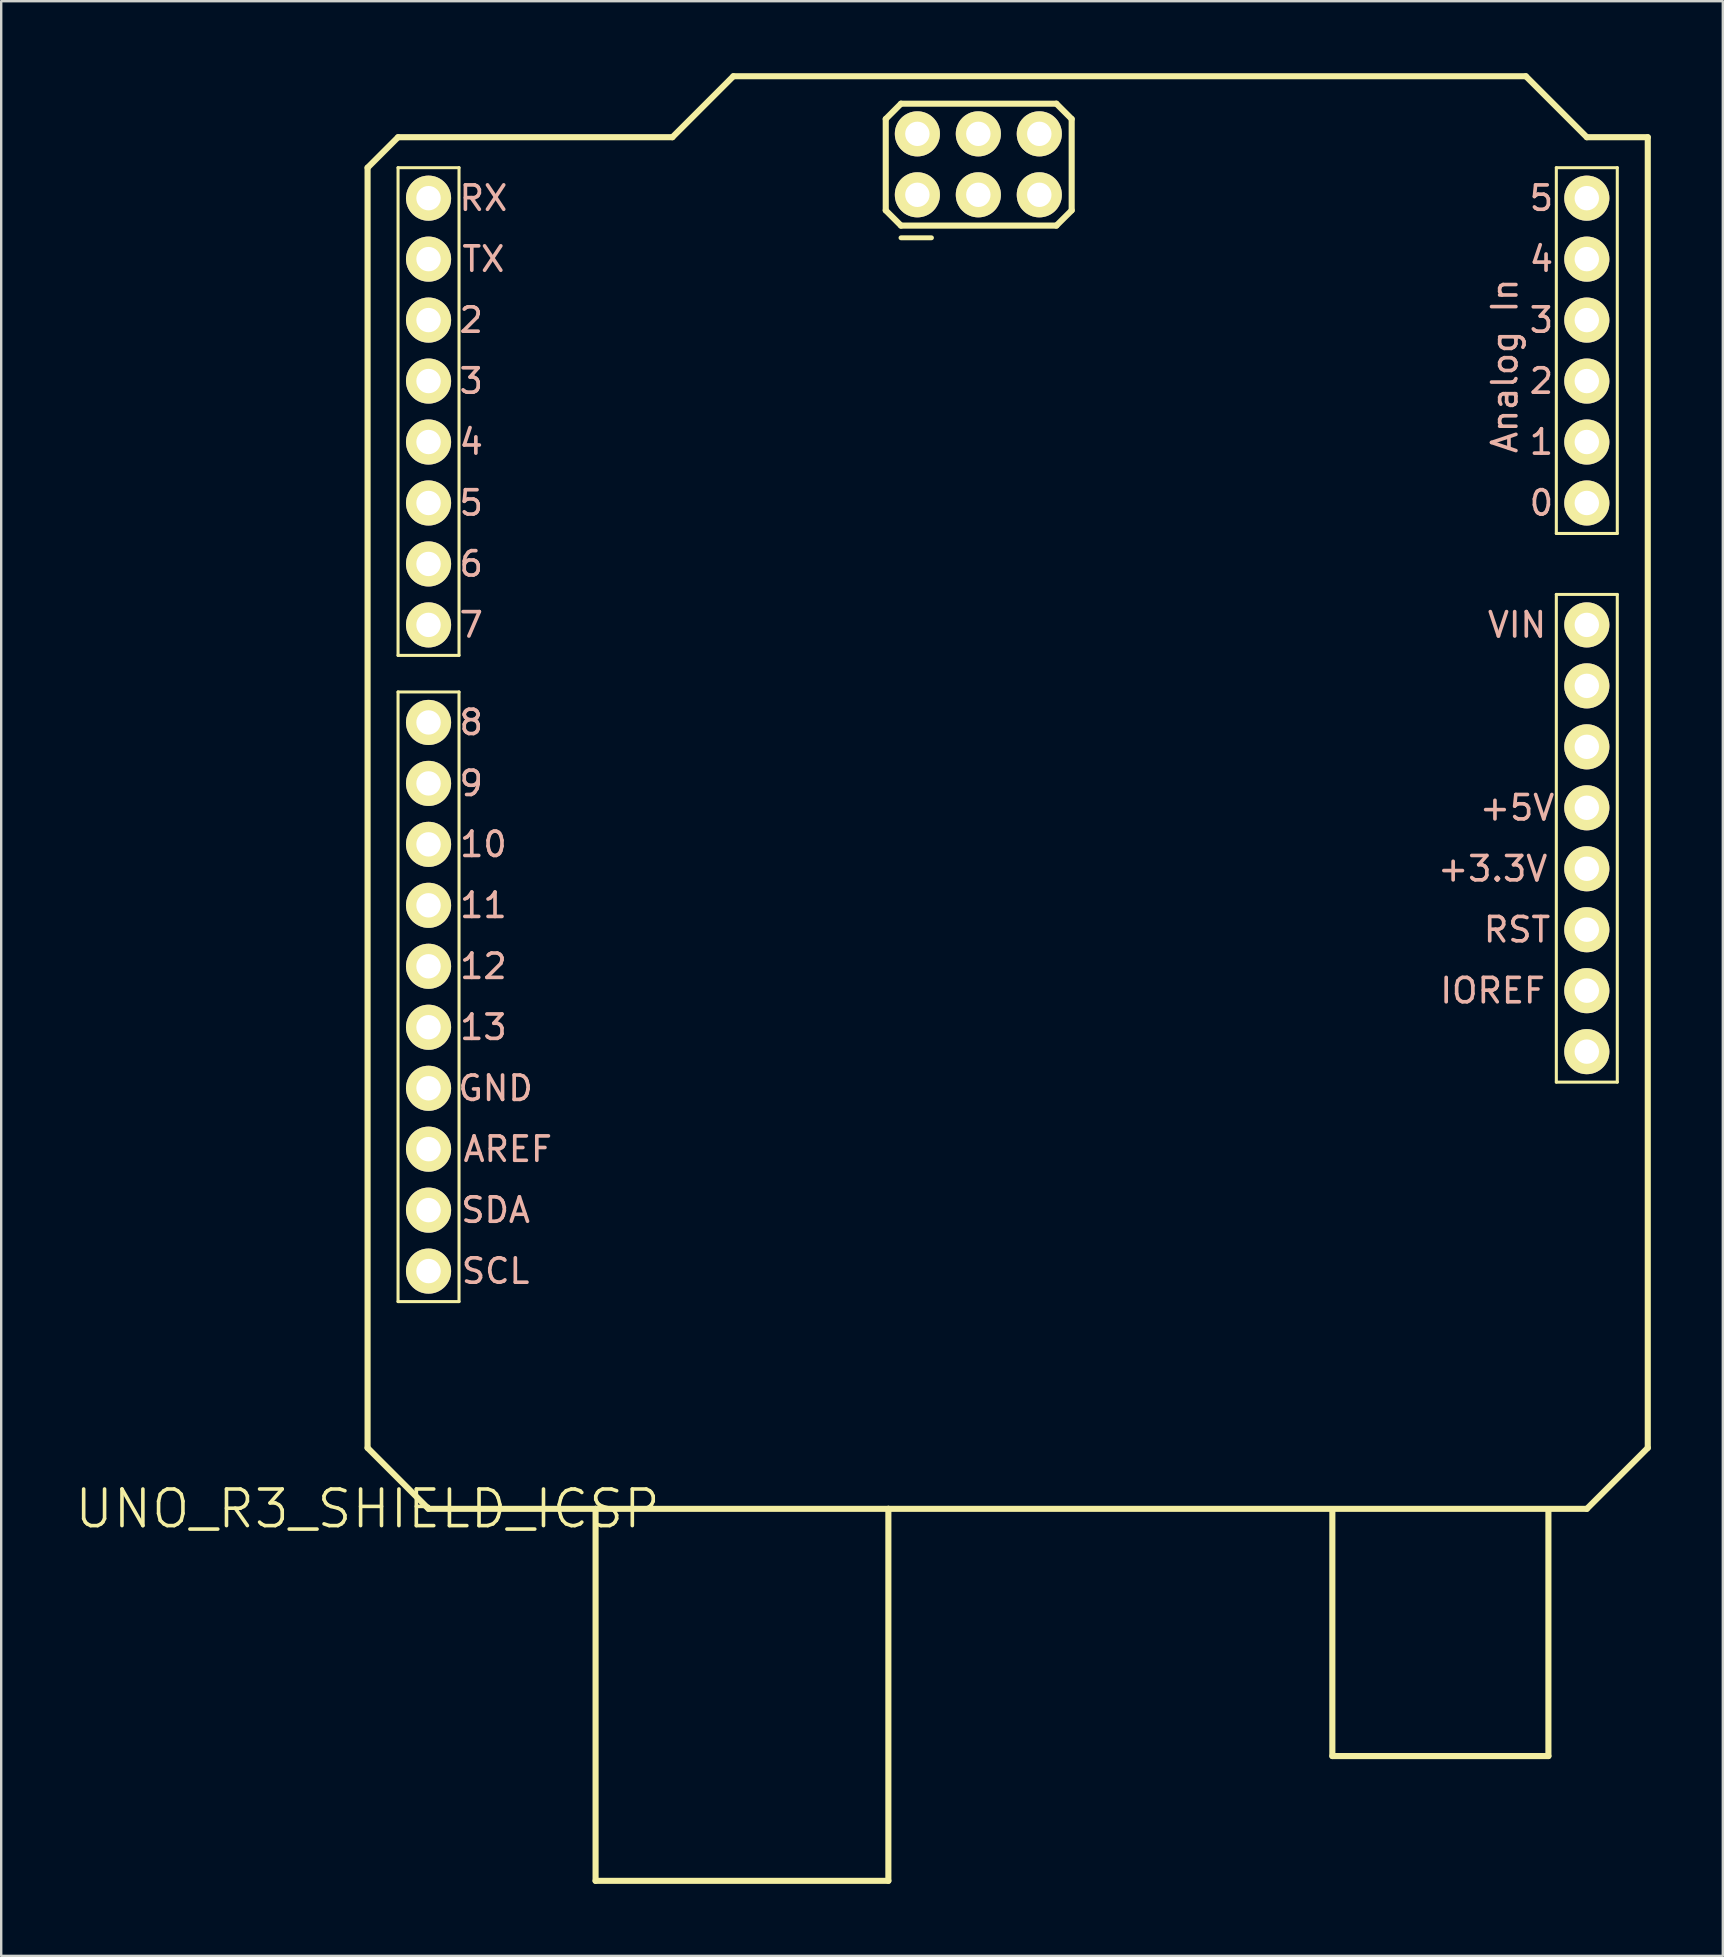
<source format=kicad_pcb>
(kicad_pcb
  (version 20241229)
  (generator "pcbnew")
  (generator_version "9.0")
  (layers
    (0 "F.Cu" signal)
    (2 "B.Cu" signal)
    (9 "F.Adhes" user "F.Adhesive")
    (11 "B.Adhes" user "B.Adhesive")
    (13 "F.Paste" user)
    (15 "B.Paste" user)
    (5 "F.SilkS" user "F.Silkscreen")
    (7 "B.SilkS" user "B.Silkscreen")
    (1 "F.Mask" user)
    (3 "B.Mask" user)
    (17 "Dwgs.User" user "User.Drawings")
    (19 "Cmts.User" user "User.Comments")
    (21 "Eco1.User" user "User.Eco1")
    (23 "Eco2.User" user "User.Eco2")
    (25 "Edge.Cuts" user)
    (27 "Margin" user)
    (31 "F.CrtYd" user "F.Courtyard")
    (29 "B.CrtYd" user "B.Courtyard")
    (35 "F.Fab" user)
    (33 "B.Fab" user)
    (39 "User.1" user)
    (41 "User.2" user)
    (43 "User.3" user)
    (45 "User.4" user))
  (footprint "UNO_R3_SHIELD_ICSP"
    (layer "F.Cu")
    (at 12.265 59.817)
    (property "Reference" "UNO_R3_SHIELD_ICSP" (at 0 0 0) (layer "F.SilkS") (effects (font (size 1.524 1.524) (thickness 0.15))))
    (attr exclude_from_pos_files exclude_from_bom)
    (fp_line (start 0 -55.88) (end 0 -2.54) (stroke (width 0.254) (type solid)) (layer "F.SilkS"))
    (fp_line (start 0 -2.54) (end 2.54 0) (stroke (width 0.254) (type solid)) (layer "F.SilkS"))
    (fp_line (start 1.27 -57.15) (end 0 -55.88) (stroke (width 0.254) (type solid)) (layer "F.SilkS"))
    (fp_line (start 1.27 -55.88) (end 3.81 -55.88) (stroke (width 0.127) (type solid)) (layer "F.SilkS"))
    (fp_line (start 1.27 -35.56) (end 1.27 -55.88) (stroke (width 0.127) (type solid)) (layer "F.SilkS"))
    (fp_line (start 1.27 -34.036) (end 3.81 -34.036) (stroke (width 0.127) (type solid)) (layer "F.SilkS"))
    (fp_line (start 1.27 -8.636) (end 1.27 -34.036) (stroke (width 0.127) (type solid)) (layer "F.SilkS"))
    (fp_line (start 2.54 0) (end 9.5 0) (stroke (width 0.254) (type solid)) (layer "F.SilkS"))
    (fp_line (start 3.81 -55.88) (end 3.81 -35.56) (stroke (width 0.127) (type solid)) (layer "F.SilkS"))
    (fp_line (start 3.81 -35.56) (end 1.27 -35.56) (stroke (width 0.127) (type solid)) (layer "F.SilkS"))
    (fp_line (start 3.81 -34.036) (end 3.81 -8.636) (stroke (width 0.127) (type solid)) (layer "F.SilkS"))
    (fp_line (start 3.81 -8.636) (end 1.27 -8.636) (stroke (width 0.127) (type solid)) (layer "F.SilkS"))
    (fp_line (start 9.5 0) (end 21.699 0) (stroke (width 0.254) (type solid)) (layer "F.SilkS"))
    (fp_line (start 9.5 15.499) (end 9.5 0) (stroke (width 0.254) (type solid)) (layer "F.SilkS"))
    (fp_line (start 9.5 15.499) (end 21.699 15.499) (stroke (width 0.254) (type solid)) (layer "F.SilkS"))
    (fp_line (start 12.7 -57.15) (end 1.27 -57.15) (stroke (width 0.254) (type solid)) (layer "F.SilkS"))
    (fp_line (start 15.24 -59.69) (end 12.7 -57.15) (stroke (width 0.254) (type solid)) (layer "F.SilkS"))
    (fp_line (start 21.59 -57.909) (end 22.225 -58.547) (stroke (width 0.254) (type solid)) (layer "F.SilkS"))
    (fp_line (start 21.59 -54.102) (end 21.59 -57.909) (stroke (width 0.254) (type solid)) (layer "F.SilkS"))
    (fp_line (start 21.699 0) (end 50.8 0) (stroke (width 0.254) (type solid)) (layer "F.SilkS"))
    (fp_line (start 21.699 15.499) (end 21.699 0) (stroke (width 0.254) (type solid)) (layer "F.SilkS"))
    (fp_line (start 22.225 -58.547) (end 28.699 -58.547) (stroke (width 0.254) (type solid)) (layer "F.SilkS"))
    (fp_line (start 22.225 -53.467) (end 21.59 -54.102) (stroke (width 0.254) (type solid)) (layer "F.SilkS"))
    (fp_line (start 23.495 -52.959) (end 22.225 -52.959) (stroke (width 0.203) (type solid)) (layer "F.SilkS"))
    (fp_line (start 28.699 -58.547) (end 29.337 -57.909) (stroke (width 0.254) (type solid)) (layer "F.SilkS"))
    (fp_line (start 28.699 -53.467) (end 22.225 -53.467) (stroke (width 0.254) (type solid)) (layer "F.SilkS"))
    (fp_line (start 29.337 -57.909) (end 29.337 -54.102) (stroke (width 0.254) (type solid)) (layer "F.SilkS"))
    (fp_line (start 29.337 -54.102) (end 28.699 -53.467) (stroke (width 0.254) (type solid)) (layer "F.SilkS"))
    (fp_line (start 40.198 10.3) (end 40.198 0.099) (stroke (width 0.254) (type solid)) (layer "F.SilkS"))
    (fp_line (start 40.198 10.3) (end 49.2 10.3) (stroke (width 0.254) (type solid)) (layer "F.SilkS"))
    (fp_line (start 48.26 -59.69) (end 15.24 -59.69) (stroke (width 0.254) (type solid)) (layer "F.SilkS"))
    (fp_line (start 49.2 10.3) (end 49.2 0.099) (stroke (width 0.254) (type solid)) (layer "F.SilkS"))
    (fp_line (start 49.53 -55.88) (end 52.07 -55.88) (stroke (width 0.127) (type solid)) (layer "F.SilkS"))
    (fp_line (start 49.53 -40.64) (end 49.53 -55.88) (stroke (width 0.127) (type solid)) (layer "F.SilkS"))
    (fp_line (start 49.53 -38.1) (end 49.53 -17.78) (stroke (width 0.127) (type solid)) (layer "F.SilkS"))
    (fp_line (start 49.53 -17.78) (end 52.07 -17.78) (stroke (width 0.127) (type solid)) (layer "F.SilkS"))
    (fp_line (start 50.8 -57.15) (end 48.26 -59.69) (stroke (width 0.254) (type solid)) (layer "F.SilkS"))
    (fp_line (start 50.8 0) (end 53.34 -2.54) (stroke (width 0.254) (type solid)) (layer "F.SilkS"))
    (fp_line (start 52.07 -55.88) (end 52.07 -40.64) (stroke (width 0.127) (type solid)) (layer "F.SilkS"))
    (fp_line (start 52.07 -40.64) (end 49.53 -40.64) (stroke (width 0.127) (type solid)) (layer "F.SilkS"))
    (fp_line (start 52.07 -38.1) (end 49.53 -38.1) (stroke (width 0.127) (type solid)) (layer "F.SilkS"))
    (fp_line (start 52.07 -17.78) (end 52.07 -38.1) (stroke (width 0.127) (type solid)) (layer "F.SilkS"))
    (fp_line (start 53.34 -57.15) (end 50.8 -57.15) (stroke (width 0.254) (type solid)) (layer "F.SilkS"))
    (fp_line (start 53.34 -2.54) (end 53.34 -57.15) (stroke (width 0.254) (type solid)) (layer "F.SilkS"))
    (fp_text user "+3.3V" (at 46.876 -26.67 180) (layer "B.SilkS") (effects (font (size 1.016 1.016) (thickness 0.152))))
    (fp_text user "TX" (at 4.826 -52.07 0) (layer "B.SilkS") (effects (font (size 1.016 1.016) (thickness 0.152))))
    (fp_text user "4" (at 4.318 -44.45 0) (layer "B.SilkS") (effects (font (size 1.016 1.016) (thickness 0.152))))
    (fp_text user "13" (at 4.826 -20.066 0) (layer "B.SilkS") (effects (font (size 1.016 1.016) (thickness 0.152))))
    (fp_text user "12" (at 4.826 -22.606 0) (layer "B.SilkS") (effects (font (size 1.016 1.016) (thickness 0.152))))
    (fp_text user "2" (at 48.908 -46.99 180) (layer "B.SilkS") (effects (font (size 1.016 1.016) (thickness 0.152))))
    (fp_text user "9" (at 4.318 -30.226 0) (layer "B.SilkS") (effects (font (size 1.016 1.016) (thickness 0.152))))
    (fp_text user "Analog In" (at 47.384 -47.625 270) (layer "B.SilkS") (effects (font (size 1.016 1.016) (thickness 0.152))))
    (fp_text user "11" (at 4.826 -25.146 0) (layer "B.SilkS") (effects (font (size 1.016 1.016) (thickness 0.152))))
    (fp_text user "GND" (at 5.334 -17.523 0) (layer "B.SilkS") (effects (font (size 1.016 1.016) (thickness 0.152))))
    (fp_text user "SCL" (at 5.334 -9.906 0) (layer "B.SilkS") (effects (font (size 1.016 1.016) (thickness 0.152))))
    (fp_text user "8" (at 4.318 -32.766 0) (layer "B.SilkS") (effects (font (size 1.016 1.016) (thickness 0.152))))
    (fp_text user "SDA" (at 5.334 -12.446 0) (layer "B.SilkS") (effects (font (size 1.016 1.016) (thickness 0.152))))
    (fp_text user "3" (at 48.908 -49.53 180) (layer "B.SilkS") (effects (font (size 1.016 1.016) (thickness 0.152))))
    (fp_text user "5" (at 4.318 -41.91 0) (layer "B.SilkS") (effects (font (size 1.016 1.016) (thickness 0.152))))
    (fp_text user "+5V" (at 47.892 -29.21 180) (layer "B.SilkS") (effects (font (size 1.016 1.016) (thickness 0.152))))
    (fp_text user "IOREF" (at 46.876 -21.59 180) (layer "B.SilkS") (effects (font (size 1.016 1.016) (thickness 0.152))))
    (fp_text user "RX" (at 4.826 -54.61 0) (layer "B.SilkS") (effects (font (size 1.016 1.016) (thickness 0.152))))
    (fp_text user "AREF" (at 5.842 -14.986 0) (layer "B.SilkS") (effects (font (size 1.016 1.016) (thickness 0.152))))
    (fp_text user "1" (at 48.908 -44.45 180) (layer "B.SilkS") (effects (font (size 1.016 1.016) (thickness 0.152))))
    (fp_text user "VIN" (at 47.892 -36.83 180) (layer "B.SilkS") (effects (font (size 1.016 1.016) (thickness 0.152))))
    (fp_text user "3" (at 4.318 -46.99 0) (layer "B.SilkS") (effects (font (size 1.016 1.016) (thickness 0.152))))
    (fp_text user "10" (at 4.826 -27.686 0) (layer "B.SilkS") (effects (font (size 1.016 1.016) (thickness 0.152))))
    (fp_text user "5" (at 48.908 -54.61 180) (layer "B.SilkS") (effects (font (size 1.016 1.016) (thickness 0.152))))
    (fp_text user "RST" (at 47.892 -24.13 180) (layer "B.SilkS") (effects (font (size 1.016 1.016) (thickness 0.152))))
    (fp_text user "0" (at 48.908 -41.91 180) (layer "B.SilkS") (effects (font (size 1.016 1.016) (thickness 0.152))))
    (fp_text user "4" (at 48.908 -52.07 180) (layer "B.SilkS") (effects (font (size 1.016 1.016) (thickness 0.152))))
    (fp_text user "6" (at 4.318 -39.37 0) (layer "B.SilkS") (effects (font (size 1.016 1.016) (thickness 0.152))))
    (fp_text user "7" (at 4.318 -36.83 0) (layer "B.SilkS") (effects (font (size 1.016 1.016) (thickness 0.152))))
    (fp_text user "2" (at 4.318 -49.53 0) (layer "B.SilkS") (effects (font (size 1.016 1.016) (thickness 0.152))))
    (pad "3.3V" thru_hole circle (at 50.8 -26.67) (size 1.88 1.88) (drill 1.016) (layers "*.Cu" "F.Mask" "F.SilkS" "F.Paste"))
    (pad "5V" thru_hole circle (at 50.8 -29.21) (size 1.88 1.88) (drill 1.016) (layers "*.Cu" "F.Mask" "F.SilkS" "F.Paste"))
    (pad "5V_I" thru_hole circle (at 22.908 -57.29) (size 1.88 1.88) (drill 1.016) (layers "*.Cu" "F.Mask" "F.SilkS" "F.Paste"))
    (pad "A0" thru_hole circle (at 50.8 -41.91) (size 1.88 1.88) (drill 1.016) (layers "*.Cu" "F.Mask" "F.SilkS" "F.Paste"))
    (pad "A1" thru_hole circle (at 50.8 -44.45) (size 1.88 1.88) (drill 1.016) (layers "*.Cu" "F.Mask" "F.SilkS" "F.Paste"))
    (pad "A2" thru_hole circle (at 50.8 -46.99) (size 1.88 1.88) (drill 1.016) (layers "*.Cu" "F.Mask" "F.SilkS" "F.Paste"))
    (pad "A3" thru_hole circle (at 50.8 -49.53) (size 1.88 1.88) (drill 1.016) (layers "*.Cu" "F.Mask" "F.SilkS" "F.Paste"))
    (pad "A4" thru_hole circle (at 50.8 -52.07) (size 1.88 1.88) (drill 1.016) (layers "*.Cu" "F.Mask" "F.SilkS" "F.Paste"))
    (pad "A5" thru_hole circle (at 50.8 -54.61) (size 1.88 1.88) (drill 1.016) (layers "*.Cu" "F.Mask" "F.SilkS" "F.Paste"))
    (pad "AREF" thru_hole circle (at 2.54 -14.986) (size 1.88 1.88) (drill 1.016) (layers "*.Cu" "F.Mask" "F.SilkS" "F.Paste"))
    (pad "D2" thru_hole circle (at 2.54 -49.53) (size 1.88 1.88) (drill 1.016) (layers "*.Cu" "F.Mask" "F.SilkS" "F.Paste"))
    (pad "D3" thru_hole circle (at 2.54 -46.99) (size 1.88 1.88) (drill 1.016) (layers "*.Cu" "F.Mask" "F.SilkS" "F.Paste"))
    (pad "D4" thru_hole circle (at 2.54 -44.45) (size 1.88 1.88) (drill 1.016) (layers "*.Cu" "F.Mask" "F.SilkS" "F.Paste"))
    (pad "D5" thru_hole circle (at 2.54 -41.91) (size 1.88 1.88) (drill 1.016) (layers "*.Cu" "F.Mask" "F.SilkS" "F.Paste"))
    (pad "D6" thru_hole circle (at 2.54 -39.37) (size 1.88 1.88) (drill 1.016) (layers "*.Cu" "F.Mask" "F.SilkS" "F.Paste"))
    (pad "D7" thru_hole circle (at 2.54 -36.83) (size 1.88 1.88) (drill 1.016) (layers "*.Cu" "F.Mask" "F.SilkS" "F.Paste"))
    (pad "D8" thru_hole circle (at 2.54 -32.766) (size 1.88 1.88) (drill 1.016) (layers "*.Cu" "F.Mask" "F.SilkS" "F.Paste"))
    (pad "D9" thru_hole circle (at 2.54 -30.226) (size 1.88 1.88) (drill 1.016) (layers "*.Cu" "F.Mask" "F.SilkS" "F.Paste"))
    (pad "D10" thru_hole circle (at 2.54 -27.686) (size 1.88 1.88) (drill 1.016) (layers "*.Cu" "F.Mask" "F.SilkS" "F.Paste"))
    (pad "D11" thru_hole circle (at 2.54 -25.146) (size 1.88 1.88) (drill 1.016) (layers "*.Cu" "F.Mask" "F.SilkS" "F.Paste"))
    (pad "D12" thru_hole circle (at 2.54 -22.606) (size 1.88 1.88) (drill 1.016) (layers "*.Cu" "F.Mask" "F.SilkS" "F.Paste"))
    (pad "D13" thru_hole circle (at 2.54 -20.066) (size 1.88 1.88) (drill 1.016) (layers "*.Cu" "F.Mask" "F.SilkS" "F.Paste"))
    (pad "GND@" thru_hole circle (at 2.54 -17.523) (size 1.88 1.88) (drill 1.016) (layers "*.Cu" "F.Mask" "F.SilkS" "F.Paste"))
    (pad "GND@" thru_hole circle (at 50.8 -34.29) (size 1.88 1.88) (drill 1.016) (layers "*.Cu" "F.Mask" "F.SilkS" "F.Paste"))
    (pad "GND@" thru_hole circle (at 50.8 -31.75) (size 1.88 1.88) (drill 1.016) (layers "*.Cu" "F.Mask" "F.SilkS" "F.Paste"))
    (pad "GND_" thru_hole circle (at 27.988 -57.29) (size 1.88 1.88) (drill 1.016) (layers "*.Cu" "F.Mask" "F.SilkS" "F.Paste"))
    (pad "IORE" thru_hole circle (at 50.8 -21.59) (size 1.88 1.88) (drill 1.016) (layers "*.Cu" "F.Mask" "F.SilkS" "F.Paste"))
    (pad "MISO" thru_hole circle (at 22.908 -54.75) (size 1.88 1.88) (drill 1.016) (layers "*.Cu" "F.Mask" "F.SilkS" "F.Paste"))
    (pad "MOSI" thru_hole circle (at 25.448 -57.29) (size 1.88 1.88) (drill 1.016) (layers "*.Cu" "F.Mask" "F.SilkS" "F.Paste"))
    (pad "NC" thru_hole circle (at 50.8 -19.05) (size 1.88 1.88) (drill 1.016) (layers "*.Cu" "F.Mask" "F.SilkS" "F.Paste"))
    (pad "RES" thru_hole circle (at 50.8 -24.13) (size 1.88 1.88) (drill 1.016) (layers "*.Cu" "F.Mask" "F.SilkS" "F.Paste"))
    (pad "RST_" thru_hole circle (at 27.988 -54.75) (size 1.88 1.88) (drill 1.016) (layers "*.Cu" "F.Mask" "F.SilkS" "F.Paste"))
    (pad "RX" thru_hole circle (at 2.54 -54.61) (size 1.88 1.88) (drill 1.016) (layers "*.Cu" "F.Mask" "F.SilkS" "F.Paste"))
    (pad "SCK" thru_hole circle (at 25.448 -54.75) (size 1.88 1.88) (drill 1.016) (layers "*.Cu" "F.Mask" "F.SilkS" "F.Paste"))
    (pad "SCL" thru_hole circle (at 2.54 -9.906) (size 1.88 1.88) (drill 1.016) (layers "*.Cu" "F.Mask" "F.SilkS" "F.Paste"))
    (pad "SDA" thru_hole circle (at 2.54 -12.446) (size 1.88 1.88) (drill 1.016) (layers "*.Cu" "F.Mask" "F.SilkS" "F.Paste"))
    (pad "TX" thru_hole circle (at 2.54 -52.07) (size 1.88 1.88) (drill 1.016) (layers "*.Cu" "F.Mask" "F.SilkS" "F.Paste"))
    (pad "VIN" thru_hole circle (at 50.8 -36.83) (size 1.88 1.88) (drill 1.016) (layers "*.Cu" "F.Mask" "F.SilkS" "F.Paste")))
  (gr_rect
    (start -3 -3)
    (end 68.732 78.443)
    (stroke (width 0.1) (type default))
    (fill no)
    (layer "Edge.Cuts")))
</source>
